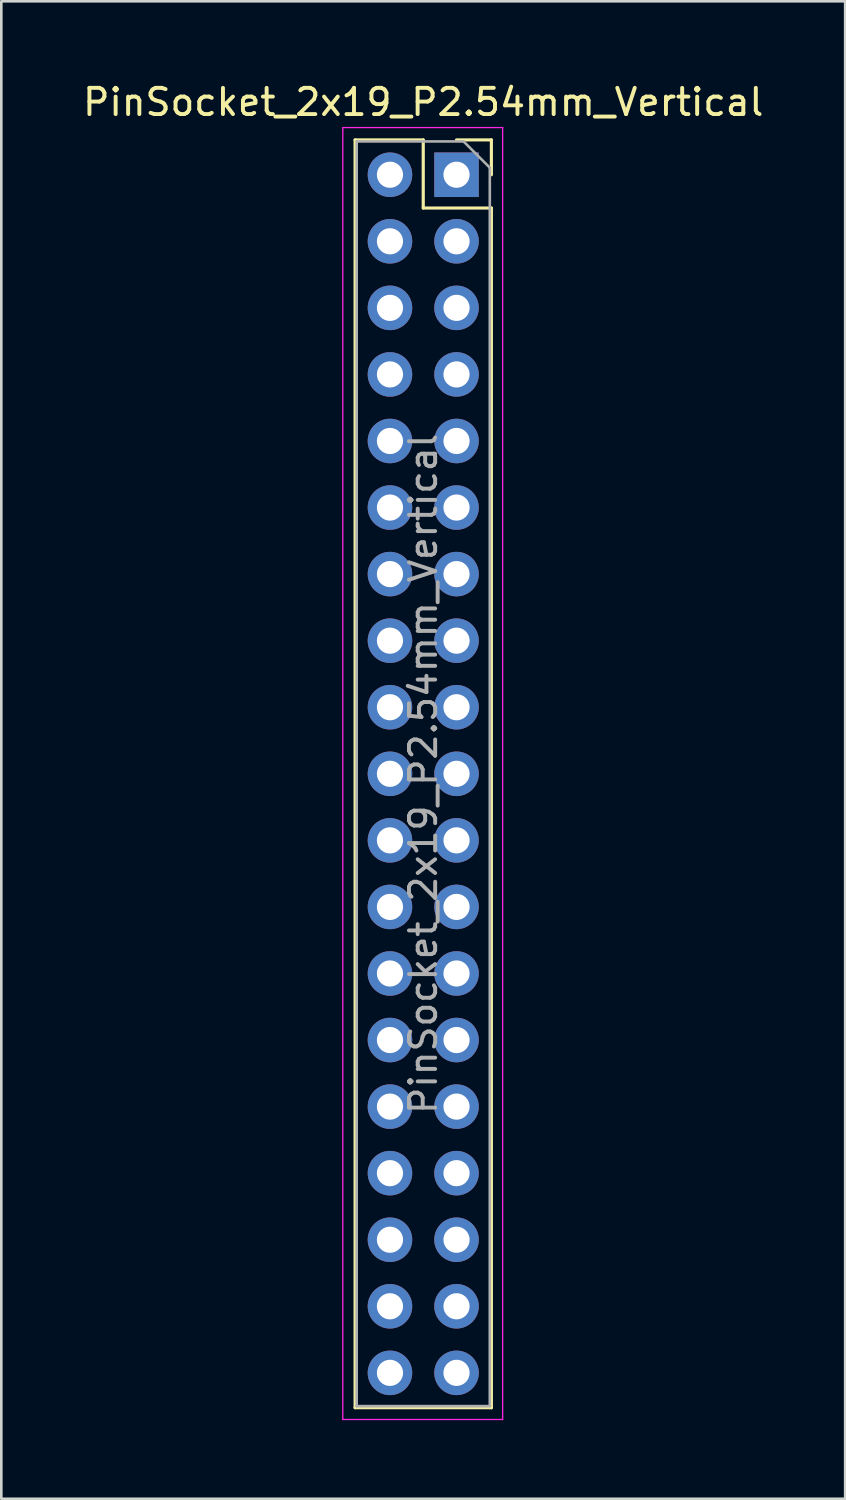
<source format=kicad_pcb>
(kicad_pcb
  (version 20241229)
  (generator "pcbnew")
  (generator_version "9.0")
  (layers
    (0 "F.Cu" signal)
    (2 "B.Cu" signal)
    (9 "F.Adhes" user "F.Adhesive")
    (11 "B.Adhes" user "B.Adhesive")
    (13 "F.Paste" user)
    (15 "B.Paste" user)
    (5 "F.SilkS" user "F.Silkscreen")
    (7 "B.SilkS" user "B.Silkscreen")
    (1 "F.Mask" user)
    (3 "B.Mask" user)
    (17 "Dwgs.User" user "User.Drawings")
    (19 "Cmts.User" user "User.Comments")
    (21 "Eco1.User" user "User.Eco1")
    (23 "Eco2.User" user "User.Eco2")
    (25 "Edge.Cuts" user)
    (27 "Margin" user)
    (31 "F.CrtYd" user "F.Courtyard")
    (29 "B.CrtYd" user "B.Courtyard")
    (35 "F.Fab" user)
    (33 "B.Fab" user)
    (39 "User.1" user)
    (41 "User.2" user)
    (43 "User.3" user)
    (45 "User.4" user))
  (footprint "PinSocket_2x19_P2.54mm_Vertical"
    (layer "F.Cu")
    (at 14.371 3.618)
    (property "Reference" "PinSocket_2x19_P2.54mm_Vertical" (at -1.27 -2.77 0) (layer "F.SilkS") (effects (font (size 1 1) (thickness 0.15))))
    (attr through_hole)
    (fp_line (start -3.87 -1.33) (end -3.87 47.05) (stroke (width 0.12) (type solid)) (layer "F.SilkS"))
    (fp_line (start -3.87 -1.33) (end -1.27 -1.33) (stroke (width 0.12) (type solid)) (layer "F.SilkS"))
    (fp_line (start -3.87 47.05) (end 1.33 47.05) (stroke (width 0.12) (type solid)) (layer "F.SilkS"))
    (fp_line (start -1.27 -1.33) (end -1.27 1.27) (stroke (width 0.12) (type solid)) (layer "F.SilkS"))
    (fp_line (start -1.27 1.27) (end 1.33 1.27) (stroke (width 0.12) (type solid)) (layer "F.SilkS"))
    (fp_line (start 0 -1.33) (end 1.33 -1.33) (stroke (width 0.12) (type solid)) (layer "F.SilkS"))
    (fp_line (start 1.33 -1.33) (end 1.33 0) (stroke (width 0.12) (type solid)) (layer "F.SilkS"))
    (fp_line (start 1.33 1.27) (end 1.33 47.05) (stroke (width 0.12) (type solid)) (layer "F.SilkS"))
    (fp_line (start -4.34 -1.8) (end 1.76 -1.8) (stroke (width 0.05) (type solid)) (layer "F.CrtYd"))
    (fp_line (start -4.34 47.5) (end -4.34 -1.8) (stroke (width 0.05) (type solid)) (layer "F.CrtYd"))
    (fp_line (start 1.76 -1.8) (end 1.76 47.5) (stroke (width 0.05) (type solid)) (layer "F.CrtYd"))
    (fp_line (start 1.76 47.5) (end -4.34 47.5) (stroke (width 0.05) (type solid)) (layer "F.CrtYd"))
    (fp_line (start -3.81 -1.27) (end 0.27 -1.27) (stroke (width 0.1) (type solid)) (layer "F.Fab"))
    (fp_line (start -3.81 46.99) (end -3.81 -1.27) (stroke (width 0.1) (type solid)) (layer "F.Fab"))
    (fp_line (start 0.27 -1.27) (end 1.27 -0.27) (stroke (width 0.1) (type solid)) (layer "F.Fab"))
    (fp_line (start 1.27 -0.27) (end 1.27 46.99) (stroke (width 0.1) (type solid)) (layer "F.Fab"))
    (fp_line (start 1.27 46.99) (end -3.81 46.99) (stroke (width 0.1) (type solid)) (layer "F.Fab"))
    (fp_text user "${REFERENCE}" (at -1.27 22.86 90) (layer "F.Fab") (effects (font (size 1 1) (thickness 0.15))))
    (pad "1" thru_hole rect (at 0 0) (size 1.7 1.7) (drill 1) (layers "*.Cu" "*.Mask"))
    (pad "2" thru_hole oval (at -2.54 0) (size 1.7 1.7) (drill 1) (layers "*.Cu" "*.Mask"))
    (pad "3" thru_hole oval (at 0 2.54) (size 1.7 1.7) (drill 1) (layers "*.Cu" "*.Mask"))
    (pad "4" thru_hole oval (at -2.54 2.54) (size 1.7 1.7) (drill 1) (layers "*.Cu" "*.Mask"))
    (pad "5" thru_hole oval (at 0 5.08) (size 1.7 1.7) (drill 1) (layers "*.Cu" "*.Mask"))
    (pad "6" thru_hole oval (at -2.54 5.08) (size 1.7 1.7) (drill 1) (layers "*.Cu" "*.Mask"))
    (pad "7" thru_hole oval (at 0 7.62) (size 1.7 1.7) (drill 1) (layers "*.Cu" "*.Mask"))
    (pad "8" thru_hole oval (at -2.54 7.62) (size 1.7 1.7) (drill 1) (layers "*.Cu" "*.Mask"))
    (pad "9" thru_hole oval (at 0 10.16) (size 1.7 1.7) (drill 1) (layers "*.Cu" "*.Mask"))
    (pad "10" thru_hole oval (at -2.54 10.16) (size 1.7 1.7) (drill 1) (layers "*.Cu" "*.Mask"))
    (pad "11" thru_hole oval (at 0 12.7) (size 1.7 1.7) (drill 1) (layers "*.Cu" "*.Mask"))
    (pad "12" thru_hole oval (at -2.54 12.7) (size 1.7 1.7) (drill 1) (layers "*.Cu" "*.Mask"))
    (pad "13" thru_hole oval (at 0 15.24) (size 1.7 1.7) (drill 1) (layers "*.Cu" "*.Mask"))
    (pad "14" thru_hole oval (at -2.54 15.24) (size 1.7 1.7) (drill 1) (layers "*.Cu" "*.Mask"))
    (pad "15" thru_hole oval (at 0 17.78) (size 1.7 1.7) (drill 1) (layers "*.Cu" "*.Mask"))
    (pad "16" thru_hole oval (at -2.54 17.78) (size 1.7 1.7) (drill 1) (layers "*.Cu" "*.Mask"))
    (pad "17" thru_hole oval (at 0 20.32) (size 1.7 1.7) (drill 1) (layers "*.Cu" "*.Mask"))
    (pad "18" thru_hole oval (at -2.54 20.32) (size 1.7 1.7) (drill 1) (layers "*.Cu" "*.Mask"))
    (pad "19" thru_hole oval (at 0 22.86) (size 1.7 1.7) (drill 1) (layers "*.Cu" "*.Mask"))
    (pad "20" thru_hole oval (at -2.54 22.86) (size 1.7 1.7) (drill 1) (layers "*.Cu" "*.Mask"))
    (pad "21" thru_hole oval (at 0 25.4) (size 1.7 1.7) (drill 1) (layers "*.Cu" "*.Mask"))
    (pad "22" thru_hole oval (at -2.54 25.4) (size 1.7 1.7) (drill 1) (layers "*.Cu" "*.Mask"))
    (pad "23" thru_hole oval (at 0 27.94) (size 1.7 1.7) (drill 1) (layers "*.Cu" "*.Mask"))
    (pad "24" thru_hole oval (at -2.54 27.94) (size 1.7 1.7) (drill 1) (layers "*.Cu" "*.Mask"))
    (pad "25" thru_hole oval (at 0 30.48) (size 1.7 1.7) (drill 1) (layers "*.Cu" "*.Mask"))
    (pad "26" thru_hole oval (at -2.54 30.48) (size 1.7 1.7) (drill 1) (layers "*.Cu" "*.Mask"))
    (pad "27" thru_hole oval (at 0 33.02) (size 1.7 1.7) (drill 1) (layers "*.Cu" "*.Mask"))
    (pad "28" thru_hole oval (at -2.54 33.02) (size 1.7 1.7) (drill 1) (layers "*.Cu" "*.Mask"))
    (pad "29" thru_hole oval (at 0 35.56) (size 1.7 1.7) (drill 1) (layers "*.Cu" "*.Mask"))
    (pad "30" thru_hole oval (at -2.54 35.56) (size 1.7 1.7) (drill 1) (layers "*.Cu" "*.Mask"))
    (pad "31" thru_hole oval (at 0 38.1) (size 1.7 1.7) (drill 1) (layers "*.Cu" "*.Mask"))
    (pad "32" thru_hole oval (at -2.54 38.1) (size 1.7 1.7) (drill 1) (layers "*.Cu" "*.Mask"))
    (pad "33" thru_hole oval (at 0 40.64) (size 1.7 1.7) (drill 1) (layers "*.Cu" "*.Mask"))
    (pad "34" thru_hole oval (at -2.54 40.64) (size 1.7 1.7) (drill 1) (layers "*.Cu" "*.Mask"))
    (pad "35" thru_hole oval (at 0 43.18) (size 1.7 1.7) (drill 1) (layers "*.Cu" "*.Mask"))
    (pad "36" thru_hole oval (at -2.54 43.18) (size 1.7 1.7) (drill 1) (layers "*.Cu" "*.Mask"))
    (pad "37" thru_hole oval (at 0 45.72) (size 1.7 1.7) (drill 1) (layers "*.Cu" "*.Mask"))
    (pad "38" thru_hole oval (at -2.54 45.72) (size 1.7 1.7) (drill 1) (layers "*.Cu" "*.Mask")))
  (gr_rect
    (start -3 -3)
    (end 29.202 54.143)
    (stroke (width 0.1) (type default))
    (fill no)
    (layer "Edge.Cuts")))
</source>
